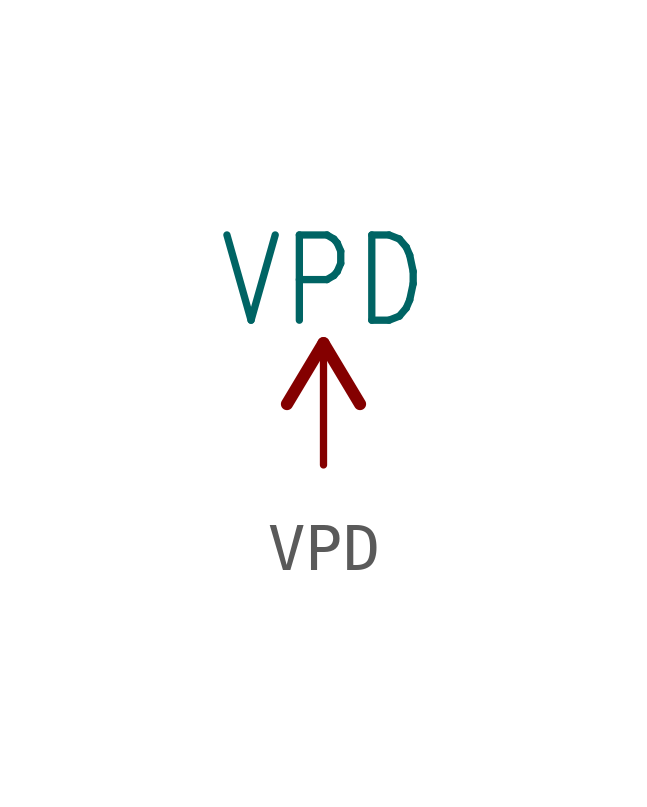
<source format=kicad_sym>
(kicad_symbol_lib
  (version 20220914)
  (generator kicad_symbol_editor)
  (symbol "VPD"
    (power)
    (property "Reference" "#VPD"
      (at 0 0 0)
      (effects (font (size 1.27 1.27)) hide))
    (property "Value" "VPD"
      (at 0 2.794 0)
      (effects (font (size 1.778 1.511)) (justify bottom)))
    (property "ki_locked" ""
      (at 0 0 0)
      (effects (font (size 1.27 1.27))))
    (symbol "VPD_1_0"
      (polyline (pts (xy 0 2.54) (xy -0.762 1.27)) (stroke (width 0.254) (type solid)) (fill (type none)))
      (polyline (pts (xy 0.762 1.27) (xy 0 2.54)) (stroke (width 0.254) (type solid)) (fill (type none)))
      (pin power_in line (at 0 0 90) (length 2.54) (name "VPD" (effects (font (size 0 0)))) (number "1" (effects (font (size 0 0))))))))
</source>
